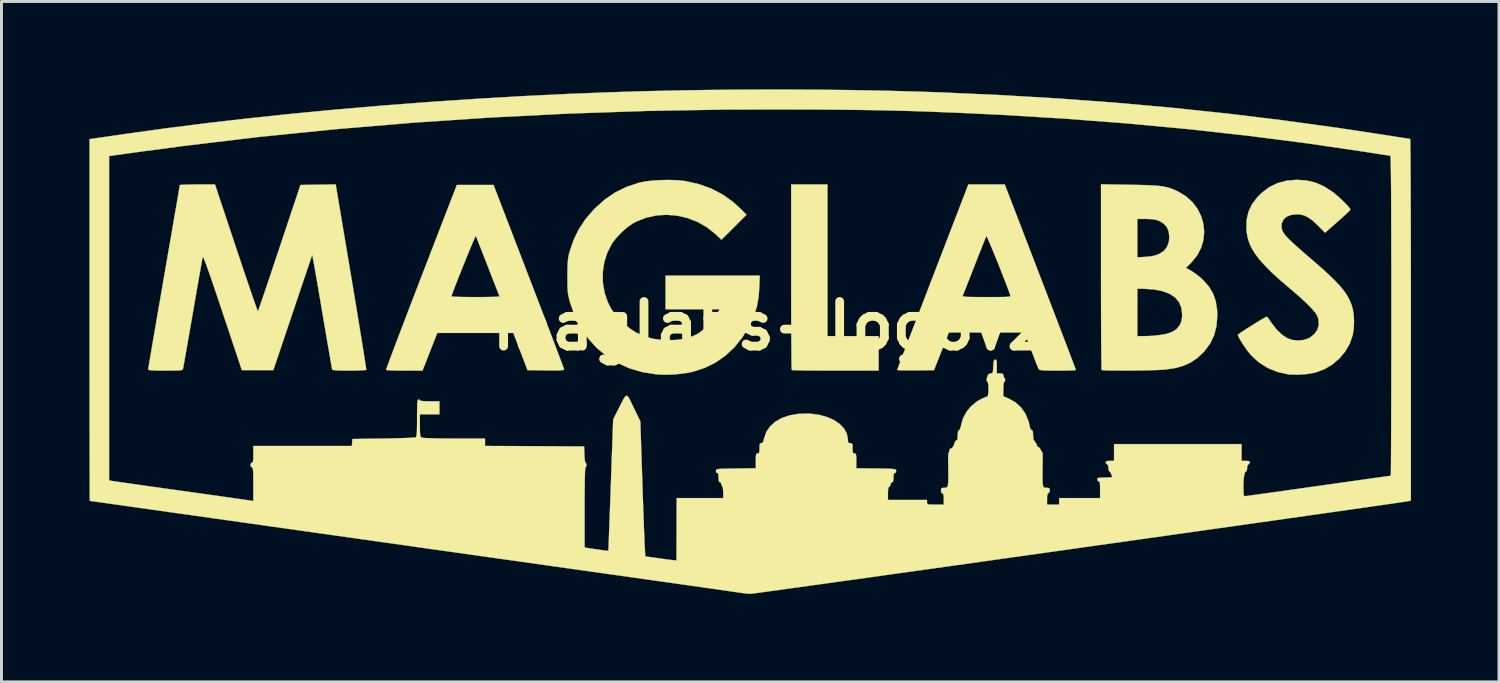
<source format=kicad_pcb>
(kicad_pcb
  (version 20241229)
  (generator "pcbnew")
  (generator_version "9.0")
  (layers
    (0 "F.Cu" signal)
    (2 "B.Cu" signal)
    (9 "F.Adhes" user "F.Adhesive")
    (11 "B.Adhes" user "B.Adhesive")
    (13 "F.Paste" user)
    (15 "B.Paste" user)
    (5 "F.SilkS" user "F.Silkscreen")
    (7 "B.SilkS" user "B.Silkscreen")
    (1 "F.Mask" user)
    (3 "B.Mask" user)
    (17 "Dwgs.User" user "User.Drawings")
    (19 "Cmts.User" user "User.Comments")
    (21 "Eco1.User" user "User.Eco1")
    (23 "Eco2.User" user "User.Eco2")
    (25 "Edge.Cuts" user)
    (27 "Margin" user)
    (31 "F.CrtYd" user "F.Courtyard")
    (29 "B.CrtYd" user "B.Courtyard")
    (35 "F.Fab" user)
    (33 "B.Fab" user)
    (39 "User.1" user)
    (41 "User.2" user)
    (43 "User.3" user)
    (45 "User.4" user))
  (footprint "maglabs-logov2"
    (layer "F.Cu")
    (at 23.278 8.071)
    (property "Reference" "maglabs-logov2" (at 0 0 0) (layer "F.SilkS") (effects (font (size 1.524 1.524) (thickness 0.3))))
    (attr through_hole)
    (fp_poly (pts (xy 1.905 0.349) (xy 3.651 0.349) (xy 3.651 1.524) (xy 2.18 1.524) (xy 1.88 1.524) (xy 1.6 1.522) (xy 1.346 1.52) (xy 1.124 1.518) (xy 0.941 1.514) (xy 0.803 1.511) (xy 0.717 1.507) (xy 0.688 1.503) (xy 0.685 1.469) (xy 0.682 1.376) (xy 0.679 1.227) (xy 0.677 1.029) (xy 0.675 0.784) (xy 0.673 0.497) (xy 0.671 0.172) (xy 0.669 -0.186) (xy 0.668 -0.573) (xy 0.667 -0.985) (xy 0.667 -1.418) (xy 0.667 -1.672) (xy 0.667 -4.826) (xy 1.905 -4.826) (xy 1.905 0.349)) (stroke (width 0.01) (type solid)) (fill yes) (layer "F.SilkS"))
    (fp_poly (pts (xy -8.285 -1.683) (xy -8.121 -1.257) (xy -7.964 -0.847) (xy -7.815 -0.458) (xy -7.675 -0.093) (xy -7.546 0.244) (xy -7.43 0.549) (xy -7.328 0.818) (xy -7.242 1.047) (xy -7.172 1.232) (xy -7.121 1.37) (xy -7.09 1.455) (xy -7.081 1.485) (xy -7.094 1.499) (xy -7.138 1.509) (xy -7.221 1.516) (xy -7.348 1.519) (xy -7.526 1.519) (xy -7.704 1.517) (xy -8.328 1.508) (xy -8.814 0.238) (xy -11.407 0.238) (xy -11.659 0.881) (xy -11.912 1.524) (xy -12.526 1.524) (xy -12.717 1.523) (xy -12.885 1.52) (xy -13.021 1.515) (xy -13.113 1.508) (xy -13.154 1.501) (xy -13.154 1.5) (xy -13.145 1.468) (xy -13.114 1.38) (xy -13.063 1.241) (xy -12.994 1.055) (xy -12.908 0.825) (xy -12.806 0.555) (xy -12.689 0.249) (xy -12.561 -0.089) (xy -12.421 -0.455) (xy -12.271 -0.845) (xy -12.208 -1.008) (xy -10.923 -1.008) (xy -10.892 -1.002) (xy -10.806 -0.996) (xy -10.674 -0.991) (xy -10.503 -0.987) (xy -10.302 -0.985) (xy -10.095 -0.984) (xy -9.874 -0.985) (xy -9.676 -0.988) (xy -9.51 -0.991) (xy -9.384 -0.996) (xy -9.305 -1.002) (xy -9.282 -1.008) (xy -9.296 -1.042) (xy -9.331 -1.129) (xy -9.383 -1.26) (xy -9.449 -1.43) (xy -9.528 -1.631) (xy -9.615 -1.856) (xy -9.684 -2.032) (xy -9.776 -2.271) (xy -9.862 -2.491) (xy -9.939 -2.686) (xy -10.003 -2.849) (xy -10.052 -2.972) (xy -10.083 -3.048) (xy -10.092 -3.07) (xy -10.107 -3.048) (xy -10.141 -2.976) (xy -10.192 -2.859) (xy -10.256 -2.708) (xy -10.33 -2.53) (xy -10.411 -2.332) (xy -10.496 -2.123) (xy -10.581 -1.911) (xy -10.664 -1.704) (xy -10.74 -1.51) (xy -10.807 -1.336) (xy -10.862 -1.191) (xy -10.901 -1.083) (xy -10.921 -1.02) (xy -10.923 -1.008) (xy -12.208 -1.008) (xy -12.113 -1.256) (xy -11.955 -1.667) (xy -10.741 -4.81) (xy -9.488 -4.81) (xy -8.285 -1.683)) (stroke (width 0.01) (type solid)) (fill yes) (layer "F.SilkS"))
    (fp_poly (pts (xy 9.169 -1.672) (xy 9.333 -1.244) (xy 9.491 -0.833) (xy 9.641 -0.443) (xy 9.781 -0.078) (xy 9.91 0.26) (xy 10.027 0.565) (xy 10.13 0.834) (xy 10.217 1.064) (xy 10.287 1.249) (xy 10.339 1.387) (xy 10.372 1.473) (xy 10.382 1.503) (xy 10.352 1.51) (xy 10.268 1.515) (xy 10.14 1.52) (xy 9.977 1.523) (xy 9.79 1.524) (xy 9.767 1.524) (xy 9.536 1.523) (xy 9.362 1.519) (xy 9.24 1.512) (xy 9.163 1.502) (xy 9.125 1.488) (xy 9.122 1.484) (xy 9.099 1.44) (xy 9.061 1.35) (xy 9.011 1.227) (xy 8.961 1.095) (xy 8.896 0.922) (xy 8.826 0.739) (xy 8.763 0.571) (xy 8.73 0.484) (xy 8.63 0.222) (xy 7.339 0.222) (xy 6.048 0.223) (xy 5.54 1.508) (xy 4.913 1.517) (xy 4.722 1.518) (xy 4.553 1.517) (xy 4.418 1.514) (xy 4.326 1.509) (xy 4.287 1.502) (xy 4.286 1.501) (xy 4.297 1.469) (xy 4.329 1.381) (xy 4.382 1.242) (xy 4.452 1.055) (xy 4.54 0.824) (xy 4.643 0.554) (xy 4.76 0.248) (xy 4.89 -0.09) (xy 5.031 -0.457) (xy 5.181 -0.847) (xy 5.249 -1.024) (xy 6.518 -1.024) (xy 6.526 -1.011) (xy 6.564 -1.002) (xy 6.639 -0.994) (xy 6.757 -0.989) (xy 6.922 -0.986) (xy 7.14 -0.985) (xy 7.334 -0.984) (xy 7.586 -0.984) (xy 7.78 -0.986) (xy 7.926 -0.988) (xy 8.028 -0.992) (xy 8.095 -0.998) (xy 8.132 -1.007) (xy 8.148 -1.019) (xy 8.148 -1.035) (xy 8.147 -1.04) (xy 8.088 -1.202) (xy 8.017 -1.391) (xy 7.938 -1.598) (xy 7.852 -1.817) (xy 7.764 -2.04) (xy 7.676 -2.259) (xy 7.591 -2.466) (xy 7.514 -2.655) (xy 7.445 -2.816) (xy 7.39 -2.943) (xy 7.35 -3.029) (xy 7.329 -3.065) (xy 7.327 -3.065) (xy 7.31 -3.026) (xy 7.273 -2.936) (xy 7.218 -2.801) (xy 7.15 -2.628) (xy 7.069 -2.426) (xy 6.98 -2.2) (xy 6.919 -2.044) (xy 6.826 -1.807) (xy 6.741 -1.589) (xy 6.665 -1.397) (xy 6.602 -1.236) (xy 6.555 -1.116) (xy 6.526 -1.043) (xy 6.518 -1.024) (xy 5.249 -1.024) (xy 5.339 -1.259) (xy 5.499 -1.675) (xy 6.713 -4.826) (xy 7.956 -4.826) (xy 9.169 -1.672)) (stroke (width 0.01) (type solid)) (fill yes) (layer "F.SilkS"))
    (fp_poly (pts (xy -3.261 -4.974) (xy -3.031 -4.955) (xy -2.933 -4.941) (xy -2.471 -4.835) (xy -2.05 -4.682) (xy -1.666 -4.481) (xy -1.313 -4.229) (xy -1.04 -3.978) (xy -0.858 -3.793) (xy -1.284 -3.367) (xy -1.711 -2.942) (xy -1.918 -3.136) (xy -2.209 -3.367) (xy -2.529 -3.55) (xy -2.871 -3.682) (xy -3.226 -3.763) (xy -3.587 -3.792) (xy -3.946 -3.768) (xy -4.295 -3.69) (xy -4.626 -3.557) (xy -4.754 -3.487) (xy -4.92 -3.37) (xy -5.096 -3.216) (xy -5.264 -3.044) (xy -5.404 -2.872) (xy -5.447 -2.81) (xy -5.606 -2.503) (xy -5.711 -2.172) (xy -5.762 -1.828) (xy -5.758 -1.478) (xy -5.699 -1.132) (xy -5.585 -0.8) (xy -5.47 -0.577) (xy -5.349 -0.406) (xy -5.188 -0.225) (xy -5.004 -0.049) (xy -4.813 0.105) (xy -4.633 0.221) (xy -4.618 0.229) (xy -4.332 0.357) (xy -4.044 0.439) (xy -3.734 0.48) (xy -3.524 0.487) (xy -3.235 0.476) (xy -2.985 0.44) (xy -2.756 0.374) (xy -2.572 0.296) (xy -2.44 0.214) (xy -2.292 0.094) (xy -2.141 -0.051) (xy -2.004 -0.205) (xy -1.895 -0.353) (xy -1.863 -0.407) (xy -1.774 -0.572) (xy -3.619 -0.572) (xy -3.619 -1.714) (xy -0.404 -1.714) (xy -0.421 -1.294) (xy -0.446 -0.969) (xy -0.499 -0.678) (xy -0.584 -0.399) (xy -0.709 -0.109) (xy -0.762 -0.002) (xy -0.993 0.383) (xy -1.263 0.721) (xy -1.571 1.01) (xy -1.913 1.249) (xy -2.286 1.433) (xy -2.688 1.563) (xy -2.87 1.601) (xy -3.253 1.65) (xy -3.641 1.665) (xy -3.937 1.651) (xy -4.405 1.577) (xy -4.846 1.448) (xy -5.254 1.265) (xy -5.629 1.032) (xy -5.966 0.75) (xy -6.262 0.423) (xy -6.515 0.053) (xy -6.722 -0.357) (xy -6.879 -0.806) (xy -6.882 -0.817) (xy -6.913 -0.934) (xy -6.936 -1.036) (xy -6.952 -1.136) (xy -6.961 -1.249) (xy -6.966 -1.388) (xy -6.967 -1.568) (xy -6.967 -1.699) (xy -6.965 -1.919) (xy -6.961 -2.089) (xy -6.952 -2.222) (xy -6.939 -2.332) (xy -6.919 -2.432) (xy -6.898 -2.514) (xy -6.76 -2.923) (xy -6.583 -3.292) (xy -6.359 -3.632) (xy -6.08 -3.958) (xy -6.019 -4.02) (xy -5.683 -4.32) (xy -5.327 -4.561) (xy -4.944 -4.748) (xy -4.525 -4.886) (xy -4.493 -4.895) (xy -4.297 -4.932) (xy -4.058 -4.959) (xy -3.793 -4.975) (xy -3.521 -4.981) (xy -3.261 -4.974)) (stroke (width 0.01) (type solid)) (fill yes) (layer "F.SilkS"))
    (fp_poly (pts (xy 12.216 -4.817) (xy 12.537 -4.811) (xy 12.803 -4.804) (xy 13.022 -4.793) (xy 13.203 -4.779) (xy 13.354 -4.759) (xy 13.483 -4.733) (xy 13.6 -4.7) (xy 13.712 -4.658) (xy 13.828 -4.606) (xy 13.875 -4.583) (xy 14.139 -4.422) (xy 14.358 -4.224) (xy 14.531 -3.996) (xy 14.656 -3.747) (xy 14.732 -3.482) (xy 14.759 -3.209) (xy 14.734 -2.935) (xy 14.656 -2.668) (xy 14.524 -2.413) (xy 14.337 -2.18) (xy 14.315 -2.158) (xy 14.137 -1.982) (xy 14.33 -1.872) (xy 14.445 -1.796) (xy 14.579 -1.693) (xy 14.706 -1.582) (xy 14.733 -1.556) (xy 14.926 -1.335) (xy 15.066 -1.098) (xy 15.156 -0.835) (xy 15.201 -0.538) (xy 15.207 -0.349) (xy 15.181 -0.005) (xy 15.102 0.307) (xy 14.967 0.592) (xy 14.774 0.854) (xy 14.738 0.895) (xy 14.525 1.095) (xy 14.295 1.25) (xy 14.037 1.365) (xy 13.741 1.444) (xy 13.398 1.491) (xy 13.394 1.492) (xy 13.275 1.499) (xy 13.115 1.506) (xy 12.924 1.512) (xy 12.711 1.517) (xy 12.484 1.52) (xy 12.252 1.523) (xy 12.025 1.523) (xy 11.812 1.523) (xy 11.621 1.521) (xy 11.462 1.518) (xy 11.343 1.513) (xy 11.274 1.507) (xy 11.261 1.503) (xy 11.258 1.469) (xy 11.255 1.376) (xy 11.252 1.227) (xy 11.25 1.029) (xy 11.247 0.784) (xy 11.245 0.497) (xy 11.244 0.349) (xy 12.478 0.349) (xy 12.724 0.348) (xy 12.888 0.343) (xy 13.07 0.331) (xy 13.208 0.316) (xy 13.442 0.277) (xy 13.622 0.223) (xy 13.758 0.152) (xy 13.836 0.087) (xy 13.929 -0.032) (xy 13.983 -0.161) (xy 14.006 -0.322) (xy 14.007 -0.398) (xy 13.98 -0.623) (xy 13.901 -0.814) (xy 13.769 -0.971) (xy 13.584 -1.095) (xy 13.346 -1.185) (xy 13.054 -1.243) (xy 12.707 -1.268) (xy 12.644 -1.269) (xy 12.478 -1.27) (xy 12.478 0.349) (xy 11.244 0.349) (xy 11.244 0.172) (xy 11.242 -0.186) (xy 11.241 -0.574) (xy 11.24 -0.986) (xy 11.24 -1.418) (xy 11.239 -1.676) (xy 11.239 -3.651) (xy 12.478 -3.651) (xy 12.478 -2.341) (xy 12.759 -2.357) (xy 12.945 -2.374) (xy 13.091 -2.406) (xy 13.216 -2.453) (xy 13.381 -2.558) (xy 13.494 -2.698) (xy 13.556 -2.875) (xy 13.569 -3.029) (xy 13.55 -3.217) (xy 13.49 -3.364) (xy 13.385 -3.482) (xy 13.359 -3.502) (xy 13.246 -3.573) (xy 13.123 -3.618) (xy 12.974 -3.643) (xy 12.78 -3.651) (xy 12.759 -3.651) (xy 12.478 -3.651) (xy 11.239 -3.651) (xy 11.239 -4.833) (xy 12.216 -4.817)) (stroke (width 0.01) (type solid)) (fill yes) (layer "F.SilkS"))
    (fp_poly (pts (xy 18.258 -4.961) (xy 18.562 -4.888) (xy 18.851 -4.76) (xy 19.138 -4.574) (xy 19.168 -4.552) (xy 19.277 -4.463) (xy 19.394 -4.359) (xy 19.509 -4.25) (xy 19.611 -4.146) (xy 19.691 -4.057) (xy 19.739 -3.993) (xy 19.748 -3.969) (xy 19.726 -3.941) (xy 19.663 -3.877) (xy 19.567 -3.787) (xy 19.445 -3.676) (xy 19.316 -3.561) (xy 18.884 -3.18) (xy 18.641 -3.426) (xy 18.468 -3.589) (xy 18.313 -3.702) (xy 18.166 -3.772) (xy 18.015 -3.805) (xy 17.922 -3.81) (xy 17.729 -3.789) (xy 17.576 -3.73) (xy 17.467 -3.635) (xy 17.408 -3.509) (xy 17.399 -3.427) (xy 17.402 -3.358) (xy 17.413 -3.294) (xy 17.436 -3.23) (xy 17.476 -3.161) (xy 17.536 -3.082) (xy 17.622 -2.988) (xy 17.737 -2.876) (xy 17.886 -2.74) (xy 18.072 -2.576) (xy 18.299 -2.378) (xy 18.465 -2.236) (xy 18.762 -1.977) (xy 19.012 -1.75) (xy 19.22 -1.548) (xy 19.39 -1.367) (xy 19.526 -1.201) (xy 19.634 -1.044) (xy 19.717 -0.891) (xy 19.781 -0.737) (xy 19.827 -0.586) (xy 19.861 -0.388) (xy 19.873 -0.159) (xy 19.863 0.077) (xy 19.832 0.29) (xy 19.828 0.31) (xy 19.728 0.601) (xy 19.573 0.87) (xy 19.372 1.111) (xy 19.133 1.315) (xy 18.862 1.476) (xy 18.569 1.585) (xy 18.507 1.6) (xy 18.236 1.645) (xy 17.952 1.664) (xy 17.686 1.656) (xy 17.612 1.648) (xy 17.262 1.571) (xy 16.936 1.438) (xy 16.639 1.253) (xy 16.381 1.021) (xy 16.263 0.882) (xy 16.181 0.77) (xy 16.098 0.647) (xy 16.02 0.525) (xy 15.957 0.417) (xy 15.917 0.337) (xy 15.907 0.303) (xy 15.932 0.28) (xy 16.002 0.23) (xy 16.105 0.162) (xy 16.232 0.08) (xy 16.372 -0.008) (xy 16.513 -0.096) (xy 16.647 -0.178) (xy 16.763 -0.246) (xy 16.849 -0.294) (xy 16.896 -0.317) (xy 16.9 -0.318) (xy 16.923 -0.293) (xy 16.971 -0.228) (xy 17.034 -0.135) (xy 17.049 -0.113) (xy 17.225 0.118) (xy 17.421 0.304) (xy 17.594 0.418) (xy 17.766 0.478) (xy 17.961 0.498) (xy 18.158 0.478) (xy 18.331 0.419) (xy 18.359 0.404) (xy 18.518 0.279) (xy 18.623 0.128) (xy 18.67 -0.043) (xy 18.658 -0.227) (xy 18.622 -0.336) (xy 18.556 -0.446) (xy 18.437 -0.589) (xy 18.263 -0.766) (xy 18.035 -0.976) (xy 17.754 -1.22) (xy 17.701 -1.265) (xy 17.366 -1.551) (xy 17.082 -1.809) (xy 16.845 -2.044) (xy 16.651 -2.26) (xy 16.497 -2.463) (xy 16.379 -2.656) (xy 16.293 -2.846) (xy 16.237 -3.036) (xy 16.206 -3.233) (xy 16.2 -3.313) (xy 16.208 -3.618) (xy 16.271 -3.895) (xy 16.391 -4.149) (xy 16.569 -4.388) (xy 16.715 -4.534) (xy 16.973 -4.731) (xy 17.254 -4.87) (xy 17.562 -4.954) (xy 17.902 -4.985) (xy 17.929 -4.985) (xy 18.258 -4.961)) (stroke (width 0.01) (type solid)) (fill yes) (layer "F.SilkS"))
    (fp_poly (pts (xy -14.345 -1.676) (xy -14.271 -1.237) (xy -14.201 -0.816) (xy -14.135 -0.416) (xy -14.074 -0.043) (xy -14.018 0.3) (xy -13.968 0.608) (xy -13.925 0.878) (xy -13.889 1.105) (xy -13.861 1.284) (xy -13.842 1.412) (xy -13.832 1.484) (xy -13.832 1.5) (xy -13.867 1.507) (xy -13.955 1.514) (xy -14.086 1.52) (xy -14.249 1.523) (xy -14.413 1.524) (xy -14.63 1.523) (xy -14.791 1.519) (xy -14.9 1.512) (xy -14.965 1.501) (xy -14.992 1.487) (xy -14.994 1.484) (xy -15.001 1.447) (xy -15.019 1.352) (xy -15.044 1.206) (xy -15.078 1.013) (xy -15.118 0.779) (xy -15.165 0.511) (xy -15.216 0.212) (xy -15.271 -0.111) (xy -15.329 -0.453) (xy -15.337 -0.504) (xy -15.395 -0.846) (xy -15.45 -1.168) (xy -15.501 -1.464) (xy -15.548 -1.731) (xy -15.588 -1.962) (xy -15.622 -2.152) (xy -15.649 -2.296) (xy -15.667 -2.388) (xy -15.676 -2.424) (xy -15.676 -2.425) (xy -15.688 -2.39) (xy -15.718 -2.301) (xy -15.765 -2.162) (xy -15.827 -1.978) (xy -15.903 -1.754) (xy -15.99 -1.496) (xy -16.087 -1.208) (xy -16.192 -0.895) (xy -16.304 -0.563) (xy -16.344 -0.445) (xy -17.002 1.508) (xy -18.076 1.508) (xy -18.733 -0.46) (xy -18.877 -0.89) (xy -19.004 -1.267) (xy -19.115 -1.591) (xy -19.209 -1.86) (xy -19.285 -2.073) (xy -19.344 -2.229) (xy -19.384 -2.327) (xy -19.405 -2.366) (xy -19.409 -2.365) (xy -19.417 -2.323) (xy -19.436 -2.224) (xy -19.463 -2.074) (xy -19.498 -1.878) (xy -19.54 -1.643) (xy -19.587 -1.373) (xy -19.639 -1.075) (xy -19.695 -0.754) (xy -19.748 -0.445) (xy -19.807 -0.108) (xy -19.862 0.211) (xy -19.914 0.506) (xy -19.96 0.772) (xy -20.001 1.004) (xy -20.035 1.195) (xy -20.061 1.34) (xy -20.078 1.433) (xy -20.086 1.468) (xy -20.097 1.488) (xy -20.122 1.503) (xy -20.17 1.513) (xy -20.25 1.519) (xy -20.37 1.522) (xy -20.539 1.524) (xy -20.687 1.524) (xy -20.911 1.523) (xy -21.076 1.519) (xy -21.188 1.512) (xy -21.251 1.501) (xy -21.272 1.487) (xy -21.273 1.487) (xy -21.267 1.451) (xy -21.252 1.357) (xy -21.227 1.208) (xy -21.193 1.01) (xy -21.152 0.767) (xy -21.103 0.482) (xy -21.048 0.161) (xy -20.987 -0.194) (xy -20.921 -0.577) (xy -20.851 -0.984) (xy -20.777 -1.411) (xy -20.733 -1.666) (xy -20.657 -2.102) (xy -20.585 -2.521) (xy -20.516 -2.917) (xy -20.452 -3.288) (xy -20.394 -3.628) (xy -20.341 -3.933) (xy -20.295 -4.199) (xy -20.257 -4.423) (xy -20.227 -4.599) (xy -20.206 -4.723) (xy -20.195 -4.791) (xy -20.193 -4.804) (xy -20.163 -4.811) (xy -20.079 -4.817) (xy -19.951 -4.822) (xy -19.789 -4.825) (xy -19.603 -4.826) (xy -19.592 -4.826) (xy -18.992 -4.826) (xy -18.268 -2.653) (xy -18.149 -2.298) (xy -18.036 -1.961) (xy -17.93 -1.647) (xy -17.833 -1.361) (xy -17.746 -1.108) (xy -17.672 -0.892) (xy -17.611 -0.719) (xy -17.565 -0.592) (xy -17.537 -0.516) (xy -17.527 -0.496) (xy -17.514 -0.528) (xy -17.483 -0.616) (xy -17.436 -0.754) (xy -17.373 -0.938) (xy -17.296 -1.163) (xy -17.208 -1.424) (xy -17.11 -1.716) (xy -17.003 -2.035) (xy -16.889 -2.375) (xy -16.793 -2.661) (xy -16.076 -4.81) (xy -15.474 -4.819) (xy -14.873 -4.827) (xy -14.345 -1.676)) (stroke (width 0.01) (type solid)) (fill yes) (layer "F.SilkS"))
    (fp_poly (pts (xy 1.605 -8.06) (xy 2.805 -8.046) (xy 3.972 -8.023) (xy 5.095 -7.992) (xy 5.763 -7.969) (xy 7.801 -7.877) (xy 9.791 -7.76) (xy 11.741 -7.616) (xy 13.66 -7.445) (xy 15.559 -7.245) (xy 17.445 -7.016) (xy 19.33 -6.756) (xy 20.763 -6.539) (xy 21.008 -6.501) (xy 21.232 -6.466) (xy 21.429 -6.435) (xy 21.59 -6.411) (xy 21.708 -6.393) (xy 21.775 -6.383) (xy 21.787 -6.382) (xy 21.79 -6.351) (xy 21.792 -6.259) (xy 21.794 -6.11) (xy 21.797 -5.906) (xy 21.799 -5.652) (xy 21.801 -5.349) (xy 21.803 -5) (xy 21.805 -4.61) (xy 21.806 -4.18) (xy 21.808 -3.715) (xy 21.809 -3.216) (xy 21.81 -2.688) (xy 21.811 -2.132) (xy 21.812 -1.553) (xy 21.812 -0.953) (xy 21.812 -0.335) (xy 21.812 -0.21) (xy 21.812 5.962) (xy 21.709 5.981) (xy 21.647 5.991) (xy 21.525 6.009) (xy 21.348 6.035) (xy 21.117 6.069) (xy 20.835 6.109) (xy 20.504 6.157) (xy 20.129 6.211) (xy 19.711 6.27) (xy 19.252 6.336) (xy 18.757 6.406) (xy 18.227 6.481) (xy 17.666 6.561) (xy 17.076 6.645) (xy 16.459 6.732) (xy 15.819 6.823) (xy 15.159 6.916) (xy 14.48 7.012) (xy 13.786 7.11) (xy 13.079 7.21) (xy 12.363 7.311) (xy 11.64 7.413) (xy 10.912 7.515) (xy 10.183 7.618) (xy 9.455 7.721) (xy 8.731 7.823) (xy 8.014 7.923) (xy 7.306 8.023) (xy 6.61 8.121) (xy 5.929 8.216) (xy 5.265 8.309) (xy 4.622 8.4) (xy 4.002 8.486) (xy 3.408 8.57) (xy 2.843 8.649) (xy 2.308 8.723) (xy 1.808 8.793) (xy 1.344 8.857) (xy 0.92 8.916) (xy 0.539 8.969) (xy 0.202 9.016) (xy -0.087 9.055) (xy -0.325 9.088) (xy -0.511 9.113) (xy -0.64 9.13) (xy -0.711 9.139) (xy -0.724 9.14) (xy -0.828 9.133) (xy -0.967 9.118) (xy -1.115 9.097) (xy -1.143 9.093) (xy -1.216 9.082) (xy -1.347 9.063) (xy -1.53 9.036) (xy -1.76 9.003) (xy -2.032 8.964) (xy -2.34 8.921) (xy -2.679 8.872) (xy -3.044 8.821) (xy -3.43 8.766) (xy -3.83 8.71) (xy -4 8.686) (xy -4.344 8.637) (xy -4.746 8.581) (xy -5.202 8.516) (xy -5.708 8.445) (xy -6.26 8.367) (xy -6.853 8.284) (xy -7.482 8.195) (xy -8.145 8.101) (xy -8.836 8.004) (xy -9.55 7.903) (xy -10.285 7.8) (xy -11.034 7.694) (xy -11.795 7.587) (xy -12.562 7.478) (xy -13.332 7.37) (xy -14.099 7.261) (xy -14.86 7.154) (xy -15.611 7.048) (xy -16.347 6.944) (xy -17.063 6.843) (xy -17.756 6.745) (xy -18.421 6.651) (xy -19.053 6.562) (xy -19.649 6.478) (xy -20.204 6.4) (xy -20.714 6.328) (xy -20.794 6.316) (xy -21.182 6.262) (xy -21.551 6.21) (xy -21.896 6.161) (xy -22.213 6.116) (xy -22.498 6.076) (xy -22.745 6.041) (xy -22.949 6.013) (xy -23.107 5.991) (xy -23.212 5.976) (xy -23.26 5.969) (xy -23.263 5.969) (xy -23.264 5.938) (xy -23.265 5.846) (xy -23.266 5.697) (xy -23.267 5.494) (xy -23.268 5.239) (xy -23.268 4.936) (xy -23.269 4.588) (xy -23.27 4.197) (xy -23.27 3.768) (xy -23.271 3.302) (xy -23.271 2.804) (xy -23.272 2.275) (xy -23.272 1.72) (xy -23.273 1.14) (xy -23.273 0.54) (xy -23.273 -0.078) (xy -23.273 -0.202) (xy -23.273 -5.797) (xy -22.606 -5.797) (xy -22.606 -0.264) (xy -22.606 5.269) (xy -22.535 5.285) (xy -22.492 5.292) (xy -22.392 5.306) (xy -22.239 5.329) (xy -22.039 5.357) (xy -21.796 5.392) (xy -21.516 5.432) (xy -21.204 5.476) (xy -20.866 5.523) (xy -20.505 5.574) (xy -20.177 5.62) (xy -19.801 5.672) (xy -19.441 5.723) (xy -19.103 5.77) (xy -18.792 5.814) (xy -18.514 5.854) (xy -18.272 5.888) (xy -18.074 5.916) (xy -17.923 5.938) (xy -17.825 5.952) (xy -17.788 5.958) (xy -17.685 5.976) (xy -17.685 5.401) (xy -17.685 5.194) (xy -17.688 5.042) (xy -17.693 4.937) (xy -17.701 4.872) (xy -17.713 4.838) (xy -17.729 4.826) (xy -17.732 4.826) (xy -17.771 4.798) (xy -17.78 4.747) (xy -17.763 4.683) (xy -17.732 4.667) (xy -17.709 4.656) (xy -17.695 4.615) (xy -17.687 4.534) (xy -17.685 4.402) (xy -17.685 4.381) (xy -17.685 4.096) (xy -14.323 4.096) (xy -14.313 3.977) (xy -14.303 3.858) (xy -13.24 3.842) (xy -12.985 3.837) (xy -12.75 3.832) (xy -12.542 3.825) (xy -12.369 3.819) (xy -12.238 3.812) (xy -12.158 3.805) (xy -12.136 3.8) (xy -12.122 3.773) (xy -12.111 3.708) (xy -12.103 3.601) (xy -12.099 3.444) (xy -12.097 3.232) (xy -12.097 3.141) (xy -12.096 2.923) (xy -12.094 2.76) (xy -12.09 2.645) (xy -12.083 2.57) (xy -12.072 2.528) (xy -12.058 2.51) (xy -12.049 2.508) (xy -12.007 2.525) (xy -12.002 2.54) (xy -11.971 2.555) (xy -11.886 2.565) (xy -11.755 2.571) (xy -11.668 2.572) (xy -11.335 2.572) (xy -11.335 3.016) (xy -12.002 3.016) (xy -12.002 3.396) (xy -12.001 3.559) (xy -11.997 3.669) (xy -11.988 3.739) (xy -11.973 3.78) (xy -11.95 3.803) (xy -11.94 3.809) (xy -11.889 3.819) (xy -11.778 3.827) (xy -11.611 3.833) (xy -11.39 3.838) (xy -11.119 3.841) (xy -10.829 3.842) (xy -9.779 3.842) (xy -9.779 4.095) (xy -8.088 4.103) (xy -6.398 4.112) (xy -6.388 4.389) (xy -6.381 4.513) (xy -6.369 4.609) (xy -6.355 4.661) (xy -6.349 4.667) (xy -6.326 4.694) (xy -6.318 4.747) (xy -6.329 4.806) (xy -6.35 4.826) (xy -6.359 4.858) (xy -6.366 4.951) (xy -6.372 5.106) (xy -6.376 5.32) (xy -6.38 5.593) (xy -6.381 5.923) (xy -6.382 6.191) (xy -6.382 7.555) (xy -6.31 7.571) (xy -6.246 7.583) (xy -6.144 7.599) (xy -6.018 7.617) (xy -5.885 7.636) (xy -5.759 7.653) (xy -5.655 7.667) (xy -5.588 7.674) (xy -5.57 7.674) (xy -5.569 7.642) (xy -5.565 7.552) (xy -5.559 7.408) (xy -5.552 7.216) (xy -5.543 6.981) (xy -5.533 6.708) (xy -5.522 6.402) (xy -5.509 6.068) (xy -5.496 5.711) (xy -5.486 5.427) (xy -5.406 3.187) (xy -5.213 2.808) (xy -5.118 2.62) (xy -5.048 2.486) (xy -4.994 2.406) (xy -4.949 2.379) (xy -4.905 2.406) (xy -4.855 2.485) (xy -4.789 2.617) (xy -4.708 2.785) (xy -4.48 3.254) (xy -4.415 5.223) (xy -4.403 5.582) (xy -4.391 5.931) (xy -4.379 6.263) (xy -4.368 6.572) (xy -4.358 6.85) (xy -4.348 7.092) (xy -4.34 7.29) (xy -4.334 7.438) (xy -4.33 7.528) (xy -4.31 7.864) (xy -3.846 7.928) (xy -3.676 7.952) (xy -3.524 7.972) (xy -3.404 7.987) (xy -3.328 7.996) (xy -3.313 7.997) (xy -3.245 8.001) (xy -3.243 7.041) (xy -3.242 6.795) (xy -3.242 6.565) (xy -3.241 6.361) (xy -3.241 6.191) (xy -3.24 6.064) (xy -3.24 5.988) (xy -3.24 5.977) (xy -3.239 5.874) (xy -1.651 5.874) (xy -1.651 5.685) (xy -1.656 5.581) (xy -1.669 5.505) (xy -1.683 5.477) (xy -1.709 5.432) (xy -1.714 5.396) (xy -1.735 5.345) (xy -1.762 5.334) (xy -1.792 5.317) (xy -1.807 5.258) (xy -1.81 5.175) (xy -1.814 5.077) (xy -1.831 5.028) (xy -1.86 5.016) (xy -1.897 4.993) (xy -1.899 4.945) (xy -1.894 4.921) (xy -1.882 4.904) (xy -1.855 4.891) (xy -1.804 4.881) (xy -1.721 4.875) (xy -1.599 4.871) (xy -1.43 4.868) (xy -1.214 4.865) (xy -0.54 4.856) (xy -0.54 4.603) (xy -0.538 4.477) (xy -0.532 4.401) (xy -0.518 4.363) (xy -0.493 4.351) (xy -0.476 4.35) (xy -0.44 4.342) (xy -0.42 4.309) (xy -0.413 4.236) (xy -0.413 4.175) (xy -0.41 4.074) (xy -0.398 4.021) (xy -0.371 4.002) (xy -0.352 4) (xy -0.312 3.987) (xy -0.283 3.938) (xy -0.257 3.839) (xy -0.255 3.83) (xy -0.179 3.613) (xy -0.049 3.424) (xy 0.128 3.266) (xy 0.35 3.141) (xy 0.611 3.052) (xy 0.905 3.001) (xy 1.229 2.99) (xy 1.333 2.996) (xy 1.631 3.036) (xy 1.898 3.11) (xy 2.13 3.214) (xy 2.322 3.345) (xy 2.469 3.498) (xy 2.564 3.671) (xy 2.602 3.858) (xy 2.603 3.881) (xy 2.608 3.96) (xy 2.632 3.994) (xy 2.683 4) (xy 2.728 4.005) (xy 2.752 4.029) (xy 2.761 4.088) (xy 2.762 4.175) (xy 2.765 4.276) (xy 2.777 4.329) (xy 2.803 4.348) (xy 2.826 4.35) (xy 2.857 4.355) (xy 2.876 4.38) (xy 2.886 4.436) (xy 2.889 4.537) (xy 2.889 4.603) (xy 2.889 4.856) (xy 3.564 4.865) (xy 3.787 4.868) (xy 3.955 4.871) (xy 4.075 4.875) (xy 4.156 4.882) (xy 4.206 4.891) (xy 4.233 4.904) (xy 4.244 4.922) (xy 4.249 4.945) (xy 4.241 5.004) (xy 4.209 5.016) (xy 4.178 5.032) (xy 4.163 5.085) (xy 4.159 5.175) (xy 4.154 5.275) (xy 4.136 5.324) (xy 4.112 5.334) (xy 4.073 5.361) (xy 4.064 5.398) (xy 4.043 5.46) (xy 4.016 5.481) (xy 3.989 5.509) (xy 3.974 5.575) (xy 3.969 5.69) (xy 3.969 5.718) (xy 3.969 5.937) (xy 5.302 5.937) (xy 5.302 6.017) (xy 5.305 6.054) (xy 5.319 6.078) (xy 5.359 6.09) (xy 5.436 6.095) (xy 5.563 6.096) (xy 5.588 6.096) (xy 5.874 6.096) (xy 5.874 5.905) (xy 5.87 5.795) (xy 5.857 5.735) (xy 5.832 5.715) (xy 5.826 5.715) (xy 5.788 5.687) (xy 5.779 5.62) (xy 5.785 5.555) (xy 5.817 5.529) (xy 5.888 5.524) (xy 5.964 5.518) (xy 6 5.484) (xy 6.018 5.417) (xy 6.024 5.348) (xy 6.029 5.229) (xy 6.03 5.075) (xy 6.029 4.9) (xy 6.027 4.813) (xy 6.025 4.644) (xy 6.026 4.5) (xy 6.03 4.391) (xy 6.036 4.329) (xy 6.04 4.318) (xy 6.06 4.291) (xy 6.064 4.255) (xy 6.078 4.203) (xy 6.098 4.191) (xy 6.16 4.162) (xy 6.213 4.084) (xy 6.238 4.007) (xy 6.265 3.937) (xy 6.302 3.905) (xy 6.305 3.905) (xy 6.333 3.887) (xy 6.347 3.825) (xy 6.35 3.731) (xy 6.355 3.623) (xy 6.372 3.568) (xy 6.394 3.556) (xy 6.428 3.525) (xy 6.455 3.437) (xy 6.46 3.405) (xy 6.525 3.166) (xy 6.644 2.939) (xy 6.809 2.737) (xy 7.009 2.574) (xy 7.121 2.509) (xy 7.225 2.46) (xy 7.309 2.425) (xy 7.355 2.413) (xy 7.377 2.384) (xy 7.392 2.311) (xy 7.399 2.21) (xy 7.4 2.1) (xy 7.393 1.999) (xy 7.378 1.926) (xy 7.359 1.897) (xy 7.337 1.87) (xy 7.341 1.804) (xy 7.351 1.76) (xy 7.38 1.676) (xy 7.421 1.636) (xy 7.468 1.625) (xy 7.512 1.617) (xy 7.539 1.595) (xy 7.553 1.546) (xy 7.56 1.454) (xy 7.563 1.387) (xy 7.571 1.265) (xy 7.584 1.193) (xy 7.605 1.158) (xy 7.628 1.149) (xy 7.656 1.151) (xy 7.673 1.177) (xy 7.681 1.24) (xy 7.683 1.353) (xy 7.684 1.379) (xy 7.684 1.619) (xy 7.795 1.619) (xy 7.872 1.627) (xy 7.902 1.655) (xy 7.906 1.681) (xy 7.92 1.742) (xy 7.938 1.762) (xy 7.964 1.807) (xy 7.969 1.843) (xy 7.956 1.894) (xy 7.938 1.905) (xy 7.922 1.935) (xy 7.911 2.015) (xy 7.906 2.135) (xy 7.906 2.153) (xy 7.906 2.401) (xy 8.08 2.474) (xy 8.316 2.604) (xy 8.511 2.782) (xy 8.664 3.003) (xy 8.77 3.262) (xy 8.809 3.437) (xy 8.835 3.522) (xy 8.873 3.556) (xy 8.876 3.556) (xy 8.904 3.573) (xy 8.918 3.632) (xy 8.922 3.731) (xy 8.927 3.826) (xy 8.94 3.89) (xy 8.954 3.905) (xy 8.982 3.931) (xy 8.985 3.953) (xy 9.002 3.995) (xy 9.017 4) (xy 9.043 4.027) (xy 9.049 4.064) (xy 9.067 4.115) (xy 9.094 4.128) (xy 9.136 4.154) (xy 9.179 4.218) (xy 9.181 4.223) (xy 9.214 4.288) (xy 9.238 4.318) (xy 9.239 4.318) (xy 9.244 4.348) (xy 9.247 4.431) (xy 9.248 4.555) (xy 9.247 4.711) (xy 9.245 4.817) (xy 9.243 4.997) (xy 9.243 5.162) (xy 9.246 5.299) (xy 9.251 5.393) (xy 9.254 5.42) (xy 9.275 5.491) (xy 9.315 5.52) (xy 9.384 5.524) (xy 9.458 5.531) (xy 9.488 5.558) (xy 9.493 5.605) (xy 9.476 5.672) (xy 9.446 5.704) (xy 9.416 5.736) (xy 9.401 5.811) (xy 9.398 5.909) (xy 9.398 6.096) (xy 9.811 6.096) (xy 9.811 5.874) (xy 11.208 5.874) (xy 11.208 5.588) (xy 11.206 5.449) (xy 11.199 5.362) (xy 11.186 5.317) (xy 11.164 5.302) (xy 11.16 5.302) (xy 11.121 5.276) (xy 11.113 5.239) (xy 11.118 5.207) (xy 11.142 5.188) (xy 11.199 5.179) (xy 11.3 5.175) (xy 11.367 5.175) (xy 11.484 5.172) (xy 11.573 5.165) (xy 11.618 5.153) (xy 11.62 5.15) (xy 11.607 5.098) (xy 11.576 5.03) (xy 11.541 4.974) (xy 11.517 4.953) (xy 11.501 4.925) (xy 11.494 4.857) (xy 11.493 4.845) (xy 11.48 4.759) (xy 11.446 4.719) (xy 11.404 4.677) (xy 11.398 4.652) (xy 11.416 4.621) (xy 11.477 4.606) (xy 11.541 4.604) (xy 11.684 4.604) (xy 11.684 4.032) (xy 16.034 4.032) (xy 16.034 4.604) (xy 16.177 4.604) (xy 16.27 4.61) (xy 16.313 4.63) (xy 16.32 4.652) (xy 16.294 4.705) (xy 16.272 4.719) (xy 16.236 4.765) (xy 16.224 4.845) (xy 16.218 4.917) (xy 16.203 4.953) (xy 16.2 4.953) (xy 16.16 4.984) (xy 16.129 5.073) (xy 16.108 5.214) (xy 16.098 5.403) (xy 16.097 5.467) (xy 16.099 5.624) (xy 16.105 5.727) (xy 16.115 5.785) (xy 16.133 5.808) (xy 16.142 5.81) (xy 16.18 5.806) (xy 16.275 5.793) (xy 16.424 5.773) (xy 16.622 5.746) (xy 16.862 5.712) (xy 17.141 5.673) (xy 17.454 5.63) (xy 17.795 5.581) (xy 18.16 5.53) (xy 18.545 5.475) (xy 18.646 5.461) (xy 19.034 5.406) (xy 19.403 5.354) (xy 19.749 5.305) (xy 20.068 5.26) (xy 20.353 5.219) (xy 20.601 5.184) (xy 20.807 5.156) (xy 20.966 5.133) (xy 21.072 5.119) (xy 21.122 5.112) (xy 21.125 5.112) (xy 21.128 5.081) (xy 21.13 4.989) (xy 21.132 4.841) (xy 21.134 4.638) (xy 21.135 4.386) (xy 21.137 4.085) (xy 21.139 3.741) (xy 21.14 3.356) (xy 21.141 2.934) (xy 21.143 2.477) (xy 21.144 1.989) (xy 21.144 1.473) (xy 21.145 0.933) (xy 21.145 0.371) (xy 21.145 -0.209) (xy 21.145 -0.349) (xy 21.145 -1.095) (xy 21.145 -1.778) (xy 21.144 -2.402) (xy 21.143 -2.967) (xy 21.142 -3.475) (xy 21.141 -3.929) (xy 21.139 -4.328) (xy 21.137 -4.677) (xy 21.134 -4.975) (xy 21.132 -5.225) (xy 21.128 -5.428) (xy 21.125 -5.586) (xy 21.121 -5.701) (xy 21.117 -5.774) (xy 21.112 -5.808) (xy 21.11 -5.81) (xy 21.07 -5.815) (xy 20.977 -5.828) (xy 20.838 -5.849) (xy 20.663 -5.876) (xy 20.46 -5.907) (xy 20.277 -5.936) (xy 18.302 -6.227) (xy 16.278 -6.487) (xy 14.208 -6.716) (xy 12.1 -6.912) (xy 9.958 -7.076) (xy 7.788 -7.206) (xy 6.429 -7.27) (xy 5.992 -7.288) (xy 5.586 -7.304) (xy 5.204 -7.318) (xy 4.836 -7.331) (xy 4.476 -7.341) (xy 4.113 -7.35) (xy 3.74 -7.358) (xy 3.349 -7.365) (xy 2.932 -7.371) (xy 2.48 -7.376) (xy 1.984 -7.381) (xy 1.437 -7.385) (xy 1.175 -7.387) (xy -1.524 -7.384) (xy -4.222 -7.337) (xy -6.914 -7.246) (xy -9.593 -7.111) (xy -12.252 -6.933) (xy -14.886 -6.712) (xy -17.489 -6.449) (xy -20.052 -6.143) (xy -21.407 -5.963) (xy -22.606 -5.797) (xy -23.273 -5.797) (xy -23.273 -6.373) (xy -23.154 -6.39) (xy -23.093 -6.399) (xy -22.979 -6.416) (xy -22.819 -6.439) (xy -22.622 -6.467) (xy -22.397 -6.5) (xy -22.153 -6.536) (xy -22.035 -6.553) (xy -20.684 -6.741) (xy -19.279 -6.919) (xy -17.825 -7.086) (xy -16.332 -7.243) (xy -14.806 -7.388) (xy -13.255 -7.521) (xy -11.686 -7.641) (xy -10.108 -7.747) (xy -8.527 -7.839) (xy -6.952 -7.916) (xy -5.62 -7.969) (xy -4.471 -8.006) (xy -3.284 -8.033) (xy -2.072 -8.053) (xy -0.845 -8.064) (xy 0.385 -8.066) (xy 1.605 -8.06)) (stroke (width 0.01) (type solid)) (fill yes) (layer "F.SilkS")))
  (gr_rect
    (start -3 -3)
    (end 48.095 20.216)
    (stroke (width 0.1) (type default))
    (fill no)
    (layer "Edge.Cuts")))
</source>
